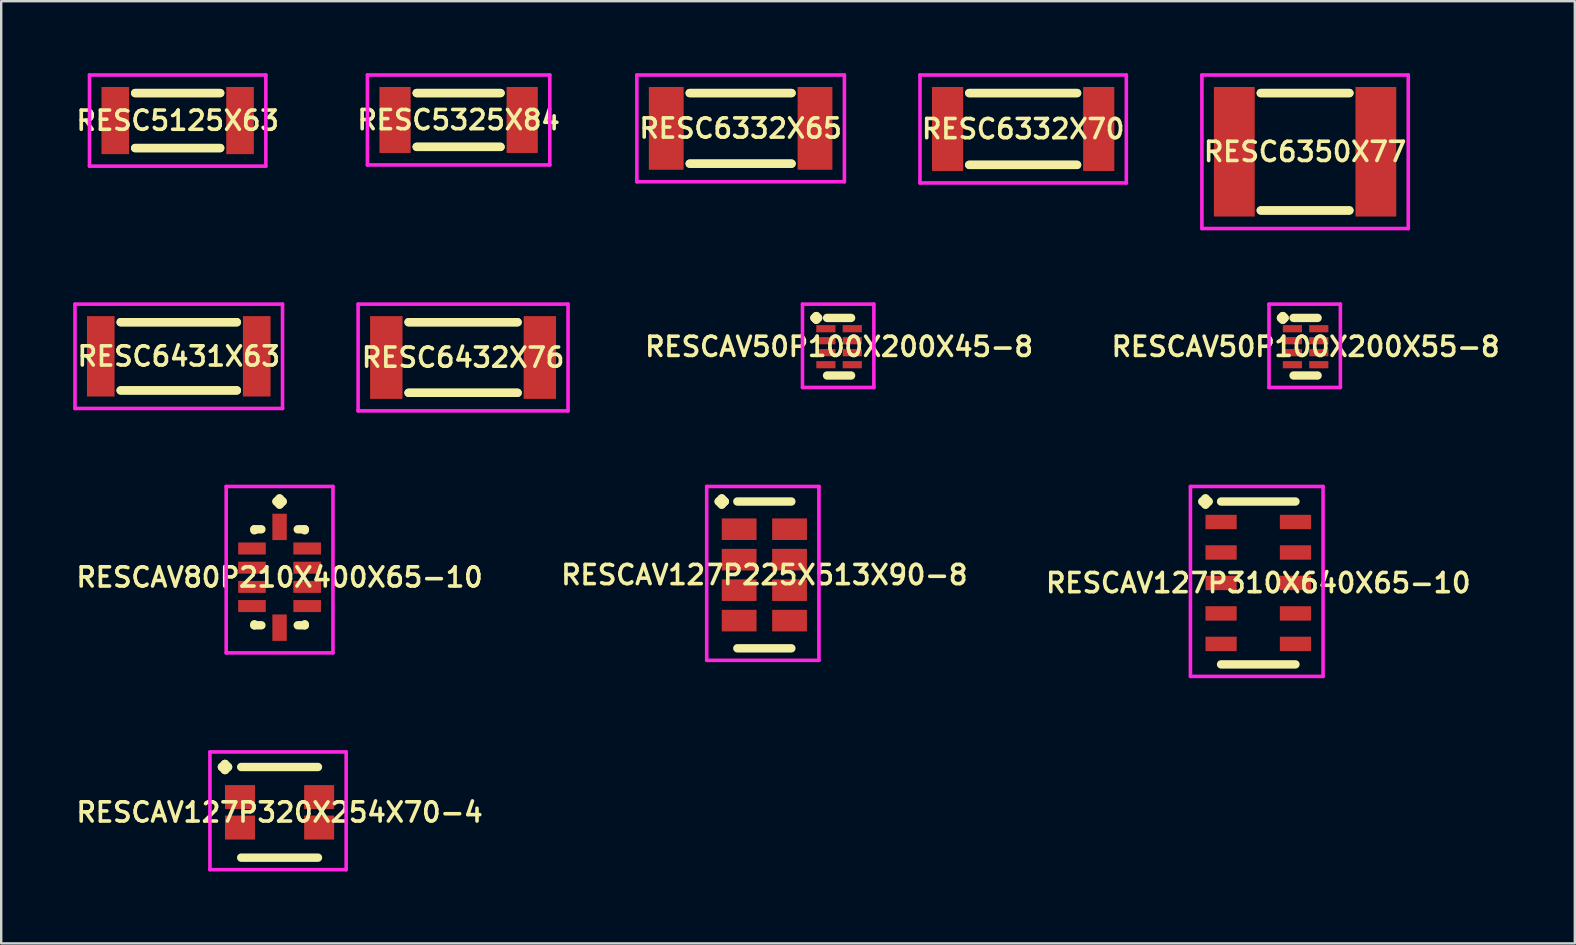
<source format=kicad_pcb>
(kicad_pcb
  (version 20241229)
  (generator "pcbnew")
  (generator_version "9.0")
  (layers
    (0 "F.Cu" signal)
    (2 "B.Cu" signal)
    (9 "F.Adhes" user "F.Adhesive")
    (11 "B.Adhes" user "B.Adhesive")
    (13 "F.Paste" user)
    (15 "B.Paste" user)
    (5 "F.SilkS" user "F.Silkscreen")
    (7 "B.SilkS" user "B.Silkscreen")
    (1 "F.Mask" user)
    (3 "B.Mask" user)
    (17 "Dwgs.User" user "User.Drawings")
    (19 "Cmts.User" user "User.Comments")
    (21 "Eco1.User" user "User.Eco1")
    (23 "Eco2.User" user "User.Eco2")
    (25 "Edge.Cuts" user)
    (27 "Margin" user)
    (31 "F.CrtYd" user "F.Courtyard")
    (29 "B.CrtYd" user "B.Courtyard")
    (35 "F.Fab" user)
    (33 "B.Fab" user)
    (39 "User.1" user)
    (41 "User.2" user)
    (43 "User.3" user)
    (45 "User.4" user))
  (footprint "RESCAV50P100X200X55-8"
    (layer "F.Cu")
    (at 51.364 11.4)
    (property "Reference" "RESCAV50P100X200X55-8" (at 0 0 0) (layer "F.SilkS") (effects (font (size 0.8 0.8) (thickness 0.15))))
    (attr smd)
    (fp_line (start -1.025 -1.2) (end -0.95 -1.275) (stroke (width 0.35) (type solid)) (layer "F.SilkS"))
    (fp_line (start -0.95 -1.275) (end -0.875 -1.2) (stroke (width 0.35) (type solid)) (layer "F.SilkS"))
    (fp_line (start -0.95 -1.125) (end -1.025 -1.2) (stroke (width 0.35) (type solid)) (layer "F.SilkS"))
    (fp_line (start -0.875 -1.2) (end -0.95 -1.125) (stroke (width 0.35) (type solid)) (layer "F.SilkS"))
    (fp_line (start -0.5 -1.2) (end 0.5 -1.2) (stroke (width 0.35) (type solid)) (layer "F.SilkS"))
    (fp_line (start -0.5 1.2) (end 0.5 1.2) (stroke (width 0.35) (type solid)) (layer "F.SilkS"))
    (fp_line (start -1.525 -1.775) (end 1.45 -1.775) (stroke (width 0.15) (type solid)) (layer "F.CrtYd"))
    (fp_line (start -1.525 1.7) (end -1.525 -1.775) (stroke (width 0.15) (type solid)) (layer "F.CrtYd"))
    (fp_line (start 1.45 -1.775) (end 1.45 1.7) (stroke (width 0.15) (type solid)) (layer "F.CrtYd"))
    (fp_line (start 1.45 1.7) (end -1.525 1.7) (stroke (width 0.15) (type solid)) (layer "F.CrtYd"))
    (pad "1" smd rect (at -0.55 -0.75) (size 0.8 0.3) (layers "F.Cu" "F.Mask" "F.Paste"))
    (pad "2" smd rect (at -0.55 -0.25) (size 0.8 0.3) (layers "F.Cu" "F.Mask" "F.Paste"))
    (pad "3" smd rect (at -0.55 0.25) (size 0.8 0.3) (layers "F.Cu" "F.Mask" "F.Paste"))
    (pad "4" smd rect (at -0.55 0.75) (size 0.8 0.3) (layers "F.Cu" "F.Mask" "F.Paste"))
    (pad "5" smd rect (at 0.55 0.75) (size 0.8 0.3) (layers "F.Cu" "F.Mask" "F.Paste"))
    (pad "6" smd rect (at 0.55 0.25) (size 0.8 0.3) (layers "F.Cu" "F.Mask" "F.Paste"))
    (pad "7" smd rect (at 0.55 -0.25) (size 0.8 0.3) (layers "F.Cu" "F.Mask" "F.Paste"))
    (pad "8" smd rect (at 0.55 -0.75) (size 0.8 0.3) (layers "F.Cu" "F.Mask" "F.Paste")))
  (footprint "RESC6332X65"
    (layer "F.Cu")
    (at 27.818 2.3)
    (property "Reference" "RESC6332X65" (at 0 0 0) (layer "F.SilkS") (effects (font (size 0.8 0.8) (thickness 0.15))))
    (attr smd)
    (fp_line (start -2.121 -1.471) (end 2.121 -1.471) (stroke (width 0.35) (type solid)) (layer "F.SilkS"))
    (fp_line (start -2.121 1.471) (end 2.121 1.471) (stroke (width 0.35) (type solid)) (layer "F.SilkS"))
    (fp_line (start 2.121 -1.471) (end -2.121 -1.471) (stroke (width 0.35) (type solid)) (layer "F.SilkS"))
    (fp_line (start 2.121 1.471) (end -2.121 1.471) (stroke (width 0.35) (type solid)) (layer "F.SilkS"))
    (fp_line (start -4.325 -2.225) (end 4.325 -2.225) (stroke (width 0.15) (type solid)) (layer "F.CrtYd"))
    (fp_line (start -4.325 2.225) (end -4.325 -2.225) (stroke (width 0.15) (type solid)) (layer "F.CrtYd"))
    (fp_line (start 4.325 -2.225) (end 4.325 2.225) (stroke (width 0.15) (type solid)) (layer "F.CrtYd"))
    (fp_line (start 4.325 2.225) (end -4.325 2.225) (stroke (width 0.15) (type solid)) (layer "F.CrtYd"))
    (pad "1" smd rect (at -3.1 0) (size 1.45 3.45) (layers "F.Cu" "F.Mask" "F.Paste"))
    (pad "2" smd rect (at 3.1 0) (size 1.45 3.45) (layers "F.Cu" "F.Mask" "F.Paste")))
  (footprint "RESC5325X84"
    (layer "F.Cu")
    (at 16.064 1.95)
    (property "Reference" "RESC5325X84" (at 0 0 0) (layer "F.SilkS") (effects (font (size 0.8 0.8) (thickness 0.15))))
    (attr through_hole)
    (fp_line (start -1.746 -1.121) (end 1.746 -1.121) (stroke (width 0.35) (type solid)) (layer "F.SilkS"))
    (fp_line (start -1.746 1.121) (end 1.746 1.121) (stroke (width 0.35) (type solid)) (layer "F.SilkS"))
    (fp_line (start 1.746 -1.121) (end -1.746 -1.121) (stroke (width 0.35) (type solid)) (layer "F.SilkS"))
    (fp_line (start 1.746 1.121) (end -1.746 1.121) (stroke (width 0.35) (type solid)) (layer "F.SilkS"))
    (fp_line (start -3.8 -1.875) (end 3.8 -1.875) (stroke (width 0.15) (type solid)) (layer "F.CrtYd"))
    (fp_line (start -3.8 1.875) (end -3.8 -1.875) (stroke (width 0.15) (type solid)) (layer "F.CrtYd"))
    (fp_line (start 3.8 -1.875) (end 3.8 1.875) (stroke (width 0.15) (type solid)) (layer "F.CrtYd"))
    (fp_line (start 3.8 1.875) (end -3.8 1.875) (stroke (width 0.15) (type solid)) (layer "F.CrtYd"))
    (pad "1" smd rect (at -2.65 0) (size 1.3 2.75) (layers "F.Cu" "F.Mask" "F.Paste"))
    (pad "2" smd rect (at 2.65 0) (size 1.3 2.75) (layers "F.Cu" "F.Mask" "F.Paste")))
  (footprint "RESC5125X63"
    (layer "F.Cu")
    (at 4.355 1.975)
    (property "Reference" "RESC5125X63" (at 0 0 0) (layer "F.SilkS") (effects (font (size 0.8 0.8) (thickness 0.15))))
    (attr through_hole)
    (fp_line (start -1.771 -1.146) (end 1.771 -1.146) (stroke (width 0.35) (type solid)) (layer "F.SilkS"))
    (fp_line (start -1.771 1.146) (end 1.771 1.146) (stroke (width 0.35) (type solid)) (layer "F.SilkS"))
    (fp_line (start 1.771 -1.146) (end -1.771 -1.146) (stroke (width 0.35) (type solid)) (layer "F.SilkS"))
    (fp_line (start 1.771 1.146) (end -1.771 1.146) (stroke (width 0.35) (type solid)) (layer "F.SilkS"))
    (fp_line (start -3.675 -1.9) (end 3.675 -1.9) (stroke (width 0.15) (type solid)) (layer "F.CrtYd"))
    (fp_line (start -3.675 1.9) (end -3.675 -1.9) (stroke (width 0.15) (type solid)) (layer "F.CrtYd"))
    (fp_line (start 3.675 -1.9) (end 3.675 1.9) (stroke (width 0.15) (type solid)) (layer "F.CrtYd"))
    (fp_line (start 3.675 1.9) (end -3.675 1.9) (stroke (width 0.15) (type solid)) (layer "F.CrtYd"))
    (pad "1" smd rect (at -2.6 0) (size 1.15 2.8) (layers "F.Cu" "F.Mask" "F.Paste"))
    (pad "2" smd rect (at 2.6 0) (size 1.15 2.8) (layers "F.Cu" "F.Mask" "F.Paste")))
  (footprint "RESC6432X76"
    (layer "F.Cu")
    (at 16.25 11.85)
    (property "Reference" "RESC6432X76" (at 0 0 0) (layer "F.SilkS") (effects (font (size 0.8 0.8) (thickness 0.15))))
    (attr through_hole)
    (fp_line (start -2.271 -1.471) (end 2.271 -1.471) (stroke (width 0.35) (type solid)) (layer "F.SilkS"))
    (fp_line (start -2.271 1.471) (end 2.271 1.471) (stroke (width 0.35) (type solid)) (layer "F.SilkS"))
    (fp_line (start 2.271 -1.471) (end -2.271 -1.471) (stroke (width 0.35) (type solid)) (layer "F.SilkS"))
    (fp_line (start 2.271 1.471) (end -2.271 1.471) (stroke (width 0.35) (type solid)) (layer "F.SilkS"))
    (fp_line (start -4.375 -2.225) (end 4.375 -2.225) (stroke (width 0.15) (type solid)) (layer "F.CrtYd"))
    (fp_line (start -4.375 2.225) (end -4.375 -2.225) (stroke (width 0.15) (type solid)) (layer "F.CrtYd"))
    (fp_line (start 4.375 -2.225) (end 4.375 2.225) (stroke (width 0.15) (type solid)) (layer "F.CrtYd"))
    (fp_line (start 4.375 2.225) (end -4.375 2.225) (stroke (width 0.15) (type solid)) (layer "F.CrtYd"))
    (pad "1" smd rect (at -3.2 0) (size 1.35 3.45) (layers "F.Cu" "F.Mask" "F.Paste"))
    (pad "2" smd rect (at 3.2 0) (size 1.35 3.45) (layers "F.Cu" "F.Mask" "F.Paste")))
  (footprint "RESC6350X77"
    (layer "F.Cu")
    (at 51.343 3.275)
    (property "Reference" "RESC6350X77" (at 0 0 0) (layer "F.SilkS") (effects (font (size 0.8 0.8) (thickness 0.15))))
    (attr through_hole)
    (fp_line (start -1.846 -2.446) (end 1.846 -2.446) (stroke (width 0.35) (type solid)) (layer "F.SilkS"))
    (fp_line (start -1.846 2.446) (end 1.846 2.446) (stroke (width 0.35) (type solid)) (layer "F.SilkS"))
    (fp_line (start 1.846 -2.446) (end -1.846 -2.446) (stroke (width 0.35) (type solid)) (layer "F.SilkS"))
    (fp_line (start 1.846 2.446) (end -1.846 2.446) (stroke (width 0.35) (type solid)) (layer "F.SilkS"))
    (fp_line (start -4.3 -3.2) (end 4.3 -3.2) (stroke (width 0.15) (type solid)) (layer "F.CrtYd"))
    (fp_line (start -4.3 3.2) (end -4.3 -3.2) (stroke (width 0.15) (type solid)) (layer "F.CrtYd"))
    (fp_line (start 4.3 -3.2) (end 4.3 3.2) (stroke (width 0.15) (type solid)) (layer "F.CrtYd"))
    (fp_line (start 4.3 3.2) (end -4.3 3.2) (stroke (width 0.15) (type solid)) (layer "F.CrtYd"))
    (pad "1" smd rect (at -2.95 0) (size 1.7 5.4) (layers "F.Cu" "F.Mask" "F.Paste"))
    (pad "2" smd rect (at 2.95 0) (size 1.7 5.4) (layers "F.Cu" "F.Mask" "F.Paste")))
  (footprint "RESC6431X63"
    (layer "F.Cu")
    (at 4.4 11.8)
    (property "Reference" "RESC6431X63" (at 0 0 0) (layer "F.SilkS") (effects (font (size 0.8 0.8) (thickness 0.15))))
    (attr smd)
    (fp_line (start -2.421 -1.421) (end 2.421 -1.421) (stroke (width 0.35) (type solid)) (layer "F.SilkS"))
    (fp_line (start -2.421 1.421) (end 2.421 1.421) (stroke (width 0.35) (type solid)) (layer "F.SilkS"))
    (fp_line (start 2.421 -1.421) (end -2.421 -1.421) (stroke (width 0.35) (type solid)) (layer "F.SilkS"))
    (fp_line (start 2.421 1.421) (end -2.421 1.421) (stroke (width 0.35) (type solid)) (layer "F.SilkS"))
    (fp_line (start -4.325 -2.175) (end 4.325 -2.175) (stroke (width 0.15) (type solid)) (layer "F.CrtYd"))
    (fp_line (start -4.325 2.175) (end -4.325 -2.175) (stroke (width 0.15) (type solid)) (layer "F.CrtYd"))
    (fp_line (start 4.325 -2.175) (end 4.325 2.175) (stroke (width 0.15) (type solid)) (layer "F.CrtYd"))
    (fp_line (start 4.325 2.175) (end -4.325 2.175) (stroke (width 0.15) (type solid)) (layer "F.CrtYd"))
    (pad "1" smd rect (at -3.25 0) (size 1.15 3.35) (layers "F.Cu" "F.Mask" "F.Paste"))
    (pad "2" smd rect (at 3.25 0) (size 1.15 3.35) (layers "F.Cu" "F.Mask" "F.Paste")))
  (footprint "RESCAV50P100X200X45-8"
    (layer "F.Cu")
    (at 31.921 11.4)
    (property "Reference" "RESCAV50P100X200X45-8" (at 0 0 0) (layer "F.SilkS") (effects (font (size 0.8 0.8) (thickness 0.15))))
    (attr through_hole)
    (fp_line (start -1.025 -1.2) (end -0.95 -1.275) (stroke (width 0.35) (type solid)) (layer "F.SilkS"))
    (fp_line (start -0.95 -1.275) (end -0.875 -1.2) (stroke (width 0.35) (type solid)) (layer "F.SilkS"))
    (fp_line (start -0.95 -1.125) (end -1.025 -1.2) (stroke (width 0.35) (type solid)) (layer "F.SilkS"))
    (fp_line (start -0.875 -1.2) (end -0.95 -1.125) (stroke (width 0.35) (type solid)) (layer "F.SilkS"))
    (fp_line (start -0.5 -1.2) (end 0.5 -1.2) (stroke (width 0.35) (type solid)) (layer "F.SilkS"))
    (fp_line (start -0.5 1.2) (end 0.5 1.2) (stroke (width 0.35) (type solid)) (layer "F.SilkS"))
    (fp_line (start -1.525 -1.775) (end 1.45 -1.775) (stroke (width 0.15) (type solid)) (layer "F.CrtYd"))
    (fp_line (start -1.525 1.7) (end -1.525 -1.775) (stroke (width 0.15) (type solid)) (layer "F.CrtYd"))
    (fp_line (start 1.45 -1.775) (end 1.45 1.7) (stroke (width 0.15) (type solid)) (layer "F.CrtYd"))
    (fp_line (start 1.45 1.7) (end -1.525 1.7) (stroke (width 0.15) (type solid)) (layer "F.CrtYd"))
    (pad "1" smd rect (at -0.55 -0.75) (size 0.8 0.3) (layers "F.Cu" "F.Mask" "F.Paste"))
    (pad "2" smd rect (at -0.55 -0.25) (size 0.8 0.3) (layers "F.Cu" "F.Mask" "F.Paste"))
    (pad "3" smd rect (at -0.55 0.25) (size 0.8 0.3) (layers "F.Cu" "F.Mask" "F.Paste"))
    (pad "4" smd rect (at -0.55 0.75) (size 0.8 0.3) (layers "F.Cu" "F.Mask" "F.Paste"))
    (pad "5" smd rect (at 0.55 0.75) (size 0.8 0.3) (layers "F.Cu" "F.Mask" "F.Paste"))
    (pad "6" smd rect (at 0.55 0.25) (size 0.8 0.3) (layers "F.Cu" "F.Mask" "F.Paste"))
    (pad "7" smd rect (at 0.55 -0.25) (size 0.8 0.3) (layers "F.Cu" "F.Mask" "F.Paste"))
    (pad "8" smd rect (at 0.55 -0.75) (size 0.8 0.3) (layers "F.Cu" "F.Mask" "F.Paste")))
  (footprint "RESC6332X70"
    (layer "F.Cu")
    (at 39.593 2.325)
    (property "Reference" "RESC6332X70" (at 0 0 0) (layer "F.SilkS") (effects (font (size 0.8 0.8) (thickness 0.15))))
    (attr smd)
    (fp_line (start -2.246 -1.496) (end 2.246 -1.496) (stroke (width 0.35) (type solid)) (layer "F.SilkS"))
    (fp_line (start -2.246 1.496) (end 2.246 1.496) (stroke (width 0.35) (type solid)) (layer "F.SilkS"))
    (fp_line (start 2.246 -1.496) (end -2.246 -1.496) (stroke (width 0.35) (type solid)) (layer "F.SilkS"))
    (fp_line (start 2.246 1.496) (end -2.246 1.496) (stroke (width 0.35) (type solid)) (layer "F.SilkS"))
    (fp_line (start -4.3 -2.25) (end 4.3 -2.25) (stroke (width 0.15) (type solid)) (layer "F.CrtYd"))
    (fp_line (start -4.3 2.25) (end -4.3 -2.25) (stroke (width 0.15) (type solid)) (layer "F.CrtYd"))
    (fp_line (start 4.3 -2.25) (end 4.3 2.25) (stroke (width 0.15) (type solid)) (layer "F.CrtYd"))
    (fp_line (start 4.3 2.25) (end -4.3 2.25) (stroke (width 0.15) (type solid)) (layer "F.CrtYd"))
    (pad "1" smd rect (at -3.15 0) (size 1.3 3.5) (layers "F.Cu" "F.Mask" "F.Paste"))
    (pad "2" smd rect (at 3.15 0) (size 1.3 3.5) (layers "F.Cu" "F.Mask" "F.Paste")))
  (footprint "RESCAV127P320X254X70-4"
    (layer "F.Cu")
    (at 8.602 30.806)
    (property "Reference" "RESCAV127P320X254X70-4" (at 0 0 0) (layer "F.SilkS") (effects (font (size 0.8 0.8) (thickness 0.15))))
    (attr through_hole)
    (fp_line (start -2.402 -1.889) (end -2.275 -2.016) (stroke (width 0.35) (type solid)) (layer "F.SilkS"))
    (fp_line (start -2.275 -2.016) (end -2.148 -1.889) (stroke (width 0.35) (type solid)) (layer "F.SilkS"))
    (fp_line (start -2.275 -1.762) (end -2.402 -1.889) (stroke (width 0.35) (type solid)) (layer "F.SilkS"))
    (fp_line (start -2.148 -1.889) (end -2.275 -1.762) (stroke (width 0.35) (type solid)) (layer "F.SilkS"))
    (fp_line (start -1.6 -1.889) (end 1.6 -1.889) (stroke (width 0.35) (type solid)) (layer "F.SilkS"))
    (fp_line (start -1.6 1.889) (end 1.6 1.889) (stroke (width 0.35) (type solid)) (layer "F.SilkS"))
    (fp_line (start -2.902 -2.516) (end 2.775 -2.516) (stroke (width 0.15) (type solid)) (layer "F.CrtYd"))
    (fp_line (start -2.902 2.389) (end -2.902 -2.516) (stroke (width 0.15) (type solid)) (layer "F.CrtYd"))
    (fp_line (start 2.775 -2.516) (end 2.775 2.389) (stroke (width 0.15) (type solid)) (layer "F.CrtYd"))
    (fp_line (start 2.775 2.389) (end -2.902 2.389) (stroke (width 0.15) (type solid)) (layer "F.CrtYd"))
    (pad "1" smd rect (at -1.65 -0.635) (size 1.25 1) (layers "F.Cu" "F.Mask" "F.Paste"))
    (pad "2" smd rect (at -1.65 0.635) (size 1.25 1) (layers "F.Cu" "F.Mask" "F.Paste"))
    (pad "3" smd rect (at 1.65 0.635) (size 1.25 1) (layers "F.Cu" "F.Mask" "F.Paste"))
    (pad "4" smd rect (at 1.65 -0.635) (size 1.25 1) (layers "F.Cu" "F.Mask" "F.Paste")))
  (footprint "RESCAV127P225X513X90-8"
    (layer "F.Cu")
    (at 28.806 20.911)
    (property "Reference" "RESCAV127P225X513X90-8" (at 0 0 0) (layer "F.SilkS") (effects (font (size 0.8 0.8) (thickness 0.15))))
    (attr through_hole)
    (fp_line (start -1.902 -3.059) (end -1.775 -3.186) (stroke (width 0.35) (type solid)) (layer "F.SilkS"))
    (fp_line (start -1.775 -3.186) (end -1.648 -3.059) (stroke (width 0.35) (type solid)) (layer "F.SilkS"))
    (fp_line (start -1.775 -2.932) (end -1.902 -3.059) (stroke (width 0.35) (type solid)) (layer "F.SilkS"))
    (fp_line (start -1.648 -3.059) (end -1.775 -2.932) (stroke (width 0.35) (type solid)) (layer "F.SilkS"))
    (fp_line (start -1.125 -3.059) (end 1.125 -3.059) (stroke (width 0.35) (type solid)) (layer "F.SilkS"))
    (fp_line (start -1.125 3.059) (end 1.125 3.059) (stroke (width 0.35) (type solid)) (layer "F.SilkS"))
    (fp_line (start -2.402 -3.686) (end 2.275 -3.686) (stroke (width 0.15) (type solid)) (layer "F.CrtYd"))
    (fp_line (start -2.402 3.559) (end -2.402 -3.686) (stroke (width 0.15) (type solid)) (layer "F.CrtYd"))
    (fp_line (start 2.275 -3.686) (end 2.275 3.559) (stroke (width 0.15) (type solid)) (layer "F.CrtYd"))
    (fp_line (start 2.275 3.559) (end -2.402 3.559) (stroke (width 0.15) (type solid)) (layer "F.CrtYd"))
    (pad "1" smd rect (at -1.05 -1.905) (size 1.45 0.9) (layers "F.Cu" "F.Mask" "F.Paste"))
    (pad "2" smd rect (at -1.05 -0.635) (size 1.45 0.9) (layers "F.Cu" "F.Mask" "F.Paste"))
    (pad "3" smd rect (at -1.05 0.635) (size 1.45 0.9) (layers "F.Cu" "F.Mask" "F.Paste"))
    (pad "4" smd rect (at -1.05 1.905) (size 1.45 0.9) (layers "F.Cu" "F.Mask" "F.Paste"))
    (pad "5" smd rect (at 1.05 1.905) (size 1.45 0.9) (layers "F.Cu" "F.Mask" "F.Paste"))
    (pad "6" smd rect (at 1.05 0.635) (size 1.45 0.9) (layers "F.Cu" "F.Mask" "F.Paste"))
    (pad "7" smd rect (at 1.05 -0.635) (size 1.45 0.9) (layers "F.Cu" "F.Mask" "F.Paste"))
    (pad "8" smd rect (at 1.05 -1.905) (size 1.45 0.9) (layers "F.Cu" "F.Mask" "F.Paste")))
  (footprint "RESCAV127P310X640X65-10"
    (layer "F.Cu")
    (at 49.392 21.246)
    (property "Reference" "RESCAV127P310X640X65-10" (at 0 0 0) (layer "F.SilkS") (effects (font (size 0.8 0.8) (thickness 0.15))))
    (attr smd)
    (fp_line (start -2.327 -3.394) (end -2.2 -3.521) (stroke (width 0.35) (type solid)) (layer "F.SilkS"))
    (fp_line (start -2.2 -3.521) (end -2.073 -3.394) (stroke (width 0.35) (type solid)) (layer "F.SilkS"))
    (fp_line (start -2.2 -3.267) (end -2.327 -3.394) (stroke (width 0.35) (type solid)) (layer "F.SilkS"))
    (fp_line (start -2.073 -3.394) (end -2.2 -3.267) (stroke (width 0.35) (type solid)) (layer "F.SilkS"))
    (fp_line (start -1.55 -3.394) (end 1.55 -3.394) (stroke (width 0.35) (type solid)) (layer "F.SilkS"))
    (fp_line (start -1.55 3.394) (end 1.55 3.394) (stroke (width 0.35) (type solid)) (layer "F.SilkS"))
    (fp_line (start -2.827 -4.021) (end 2.7 -4.021) (stroke (width 0.15) (type solid)) (layer "F.CrtYd"))
    (fp_line (start -2.827 3.894) (end -2.827 -4.021) (stroke (width 0.15) (type solid)) (layer "F.CrtYd"))
    (fp_line (start 2.7 -4.021) (end 2.7 3.894) (stroke (width 0.15) (type solid)) (layer "F.CrtYd"))
    (fp_line (start 2.7 3.894) (end -2.827 3.894) (stroke (width 0.15) (type solid)) (layer "F.CrtYd"))
    (pad "1" smd rect (at -1.55 -2.54) (size 1.3 0.6) (layers "F.Cu" "F.Mask" "F.Paste"))
    (pad "2" smd rect (at -1.55 -1.27) (size 1.3 0.6) (layers "F.Cu" "F.Mask" "F.Paste"))
    (pad "3" smd rect (at -1.55 0) (size 1.3 0.6) (layers "F.Cu" "F.Mask" "F.Paste"))
    (pad "4" smd rect (at -1.55 1.27) (size 1.3 0.6) (layers "F.Cu" "F.Mask" "F.Paste"))
    (pad "5" smd rect (at -1.55 2.54) (size 1.3 0.6) (layers "F.Cu" "F.Mask" "F.Paste"))
    (pad "6" smd rect (at 1.55 2.54) (size 1.3 0.6) (layers "F.Cu" "F.Mask" "F.Paste"))
    (pad "7" smd rect (at 1.55 1.27) (size 1.3 0.6) (layers "F.Cu" "F.Mask" "F.Paste"))
    (pad "8" smd rect (at 1.55 0) (size 1.3 0.6) (layers "F.Cu" "F.Mask" "F.Paste"))
    (pad "9" smd rect (at 1.55 -1.27) (size 1.3 0.6) (layers "F.Cu" "F.Mask" "F.Paste"))
    (pad "10" smd rect (at 1.55 -2.54) (size 1.3 0.6) (layers "F.Cu" "F.Mask" "F.Paste")))
  (footprint "RESCAV80P210X400X65-10"
    (layer "F.Cu")
    (at 8.602 21.01)
    (property "Reference" "RESCAV80P210X400X65-10" (at 0 0 0) (layer "F.SilkS") (effects (font (size 0.8 0.8) (thickness 0.15))))
    (attr smd)
    (fp_line (start -1.05 -2) (end -0.758 -2) (stroke (width 0.35) (type solid)) (layer "F.SilkS"))
    (fp_line (start -1.05 -1.958) (end -1.05 -2) (stroke (width 0.35) (type solid)) (layer "F.SilkS"))
    (fp_line (start -1.05 1.958) (end -1.05 2) (stroke (width 0.35) (type solid)) (layer "F.SilkS"))
    (fp_line (start -1.05 2) (end -0.758 2) (stroke (width 0.35) (type solid)) (layer "F.SilkS"))
    (fp_line (start -0.127 -3.158) (end 0 -3.285) (stroke (width 0.35) (type solid)) (layer "F.SilkS"))
    (fp_line (start 0 -3.285) (end 0.127 -3.158) (stroke (width 0.35) (type solid)) (layer "F.SilkS"))
    (fp_line (start 0 -3.031) (end -0.127 -3.158) (stroke (width 0.35) (type solid)) (layer "F.SilkS"))
    (fp_line (start 0.127 -3.158) (end 0 -3.031) (stroke (width 0.35) (type solid)) (layer "F.SilkS"))
    (fp_line (start 1.05 -2) (end 0.758 -2) (stroke (width 0.35) (type solid)) (layer "F.SilkS"))
    (fp_line (start 1.05 -1.958) (end 1.05 -2) (stroke (width 0.35) (type solid)) (layer "F.SilkS"))
    (fp_line (start 1.05 1.958) (end 1.05 2) (stroke (width 0.35) (type solid)) (layer "F.SilkS"))
    (fp_line (start 1.05 2) (end 0.758 2) (stroke (width 0.35) (type solid)) (layer "F.SilkS"))
    (fp_line (start -2.225 -3.785) (end 2.225 -3.785) (stroke (width 0.15) (type solid)) (layer "F.CrtYd"))
    (fp_line (start -2.225 3.15) (end -2.225 -3.785) (stroke (width 0.15) (type solid)) (layer "F.CrtYd"))
    (fp_line (start 2.225 -3.785) (end 2.225 3.15) (stroke (width 0.15) (type solid)) (layer "F.CrtYd"))
    (fp_line (start 2.225 3.15) (end -2.225 3.15) (stroke (width 0.15) (type solid)) (layer "F.CrtYd"))
    (pad "1" smd rect (at 0 -2.1) (size 0.6 1.1) (layers "F.Cu" "F.Mask" "F.Paste"))
    (pad "2" smd rect (at -1.15 -1.2) (size 1.15 0.5) (layers "F.Cu" "F.Mask" "F.Paste"))
    (pad "3" smd rect (at -1.15 -0.4) (size 1.15 0.5) (layers "F.Cu" "F.Mask" "F.Paste"))
    (pad "4" smd rect (at -1.15 0.4) (size 1.15 0.5) (layers "F.Cu" "F.Mask" "F.Paste"))
    (pad "5" smd rect (at -1.15 1.2) (size 1.15 0.5) (layers "F.Cu" "F.Mask" "F.Paste"))
    (pad "6" smd rect (at 0 2.1) (size 0.6 1.1) (layers "F.Cu" "F.Mask" "F.Paste"))
    (pad "7" smd rect (at 1.15 1.2) (size 1.15 0.5) (layers "F.Cu" "F.Mask" "F.Paste"))
    (pad "8" smd rect (at 1.15 0.4) (size 1.15 0.5) (layers "F.Cu" "F.Mask" "F.Paste"))
    (pad "9" smd rect (at 1.15 -0.4) (size 1.15 0.5) (layers "F.Cu" "F.Mask" "F.Paste"))
    (pad "10" smd rect (at 1.15 -1.2) (size 1.15 0.5) (layers "F.Cu" "F.Mask" "F.Paste")))
  (gr_rect
    (start -3 -3)
    (end 62.585 36.27)
    (stroke (width 0.1) (type default))
    (fill no)
    (layer "Edge.Cuts")))
</source>
